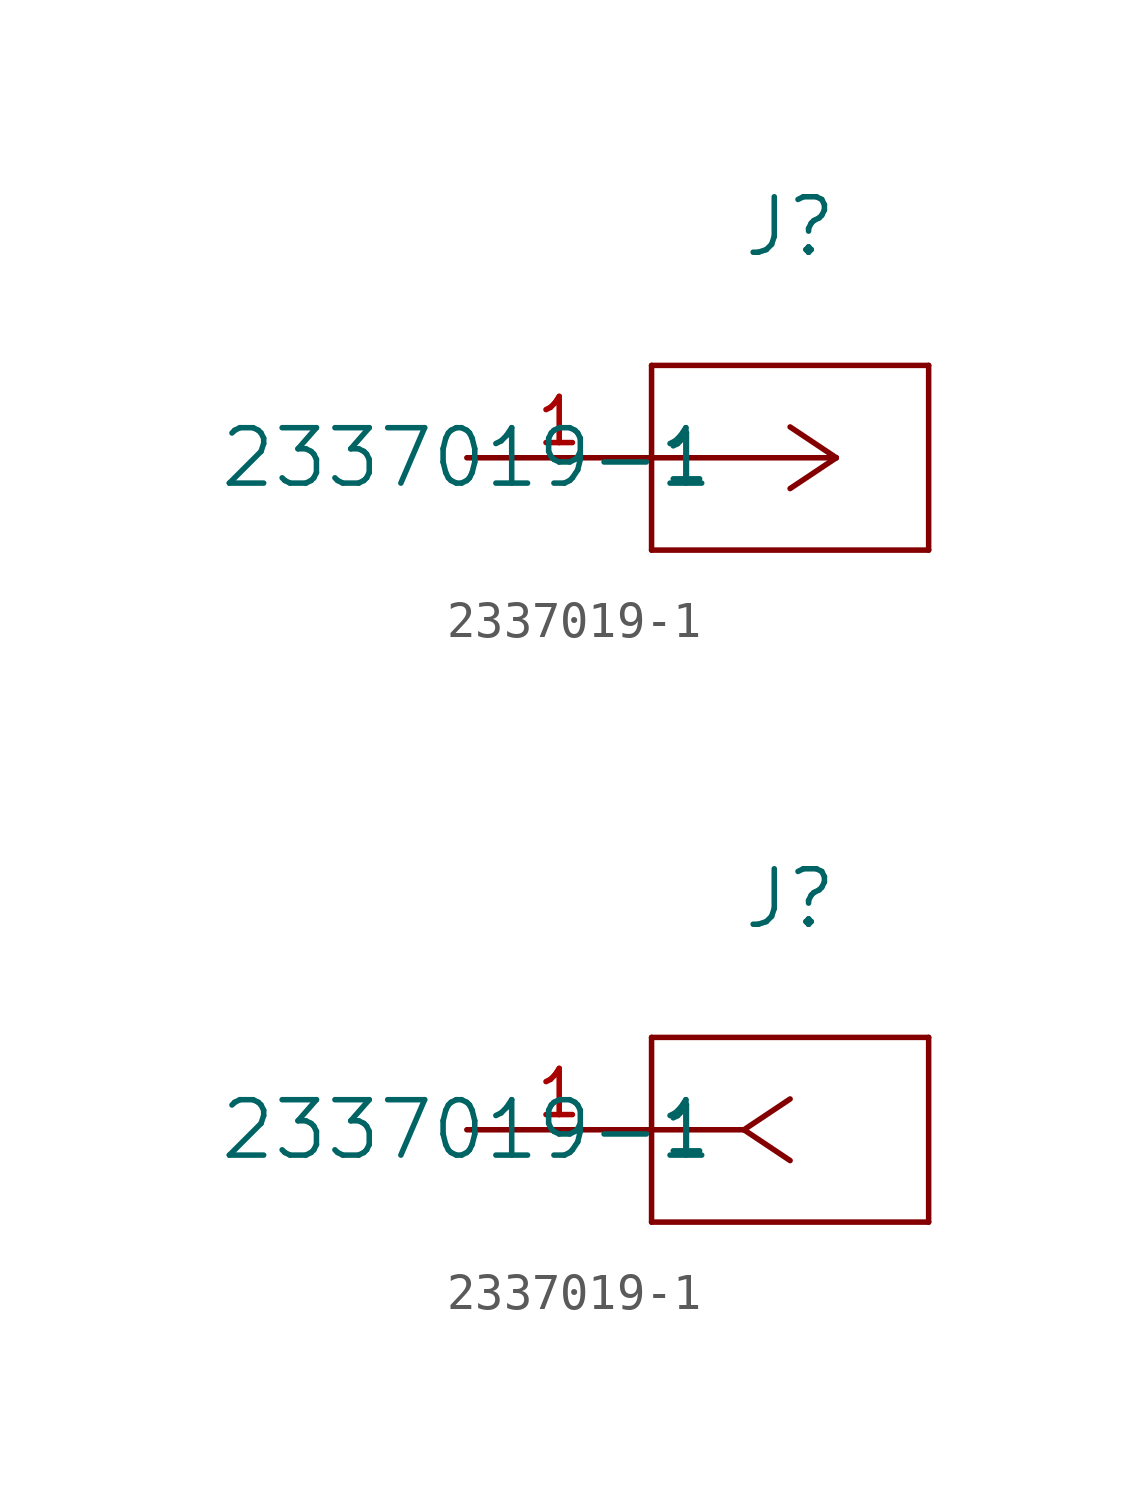
<source format=kicad_sym>
(kicad_symbol_lib
  (version 20211014)
  (generator kicad_symbol_editor)
  (symbol "2337019-1"
    (pin_names
      (offset 0.254))
    (property "Reference" "J"
      (at 8.89 6.35 0)
      (effects (font (size 1.524 1.524))))
    (property "Value" "2337019-1"
      (at 0 0 0)
      (effects (font (size 1.524 1.524))))
    (symbol "2337019-1_1_1"
      (polyline (pts (xy 10.16 0) (xy 5.08 0)) (stroke (width 0.152) (type default) (color 0 0 0 0)) (fill (type none)))
      (polyline (pts (xy 10.16 0) (xy 8.89 0.847)) (stroke (width 0.152) (type default) (color 0 0 0 0)) (fill (type none)))
      (polyline (pts (xy 10.16 0) (xy 8.89 -0.847)) (stroke (width 0.152) (type default) (color 0 0 0 0)) (fill (type none)))
      (polyline (pts (xy 5.08 2.54) (xy 5.08 -2.54)) (stroke (width 0.152) (type default) (color 0 0 0 0)) (fill (type none)))
      (polyline (pts (xy 5.08 -2.54) (xy 12.7 -2.54)) (stroke (width 0.152) (type default) (color 0 0 0 0)) (fill (type none)))
      (polyline (pts (xy 12.7 -2.54) (xy 12.7 2.54)) (stroke (width 0.152) (type default) (color 0 0 0 0)) (fill (type none)))
      (polyline (pts (xy 12.7 2.54) (xy 5.08 2.54)) (stroke (width 0.152) (type default) (color 0 0 0 0)) (fill (type none)))
      (pin unspecified line (at 0 0 0) (length 5.08) (name "1" (effects (font (size 1.27 1.27)))) (number "1" (effects (font (size 1.27 1.27))))))
    (symbol "2337019-1_1_2"
      (polyline (pts (xy 7.62 0) (xy 5.08 0)) (stroke (width 0.152) (type default) (color 0 0 0 0)) (fill (type none)))
      (polyline (pts (xy 7.62 0) (xy 8.89 0.847)) (stroke (width 0.152) (type default) (color 0 0 0 0)) (fill (type none)))
      (polyline (pts (xy 7.62 0) (xy 8.89 -0.847)) (stroke (width 0.152) (type default) (color 0 0 0 0)) (fill (type none)))
      (polyline (pts (xy 5.08 2.54) (xy 5.08 -2.54)) (stroke (width 0.152) (type default) (color 0 0 0 0)) (fill (type none)))
      (polyline (pts (xy 5.08 -2.54) (xy 12.7 -2.54)) (stroke (width 0.152) (type default) (color 0 0 0 0)) (fill (type none)))
      (polyline (pts (xy 12.7 -2.54) (xy 12.7 2.54)) (stroke (width 0.152) (type default) (color 0 0 0 0)) (fill (type none)))
      (polyline (pts (xy 12.7 2.54) (xy 5.08 2.54)) (stroke (width 0.152) (type default) (color 0 0 0 0)) (fill (type none)))
      (pin unspecified line (at 0 0 0) (length 5.08) (name "1" (effects (font (size 1.27 1.27)))) (number "1" (effects (font (size 1.27 1.27))))))))
</source>
